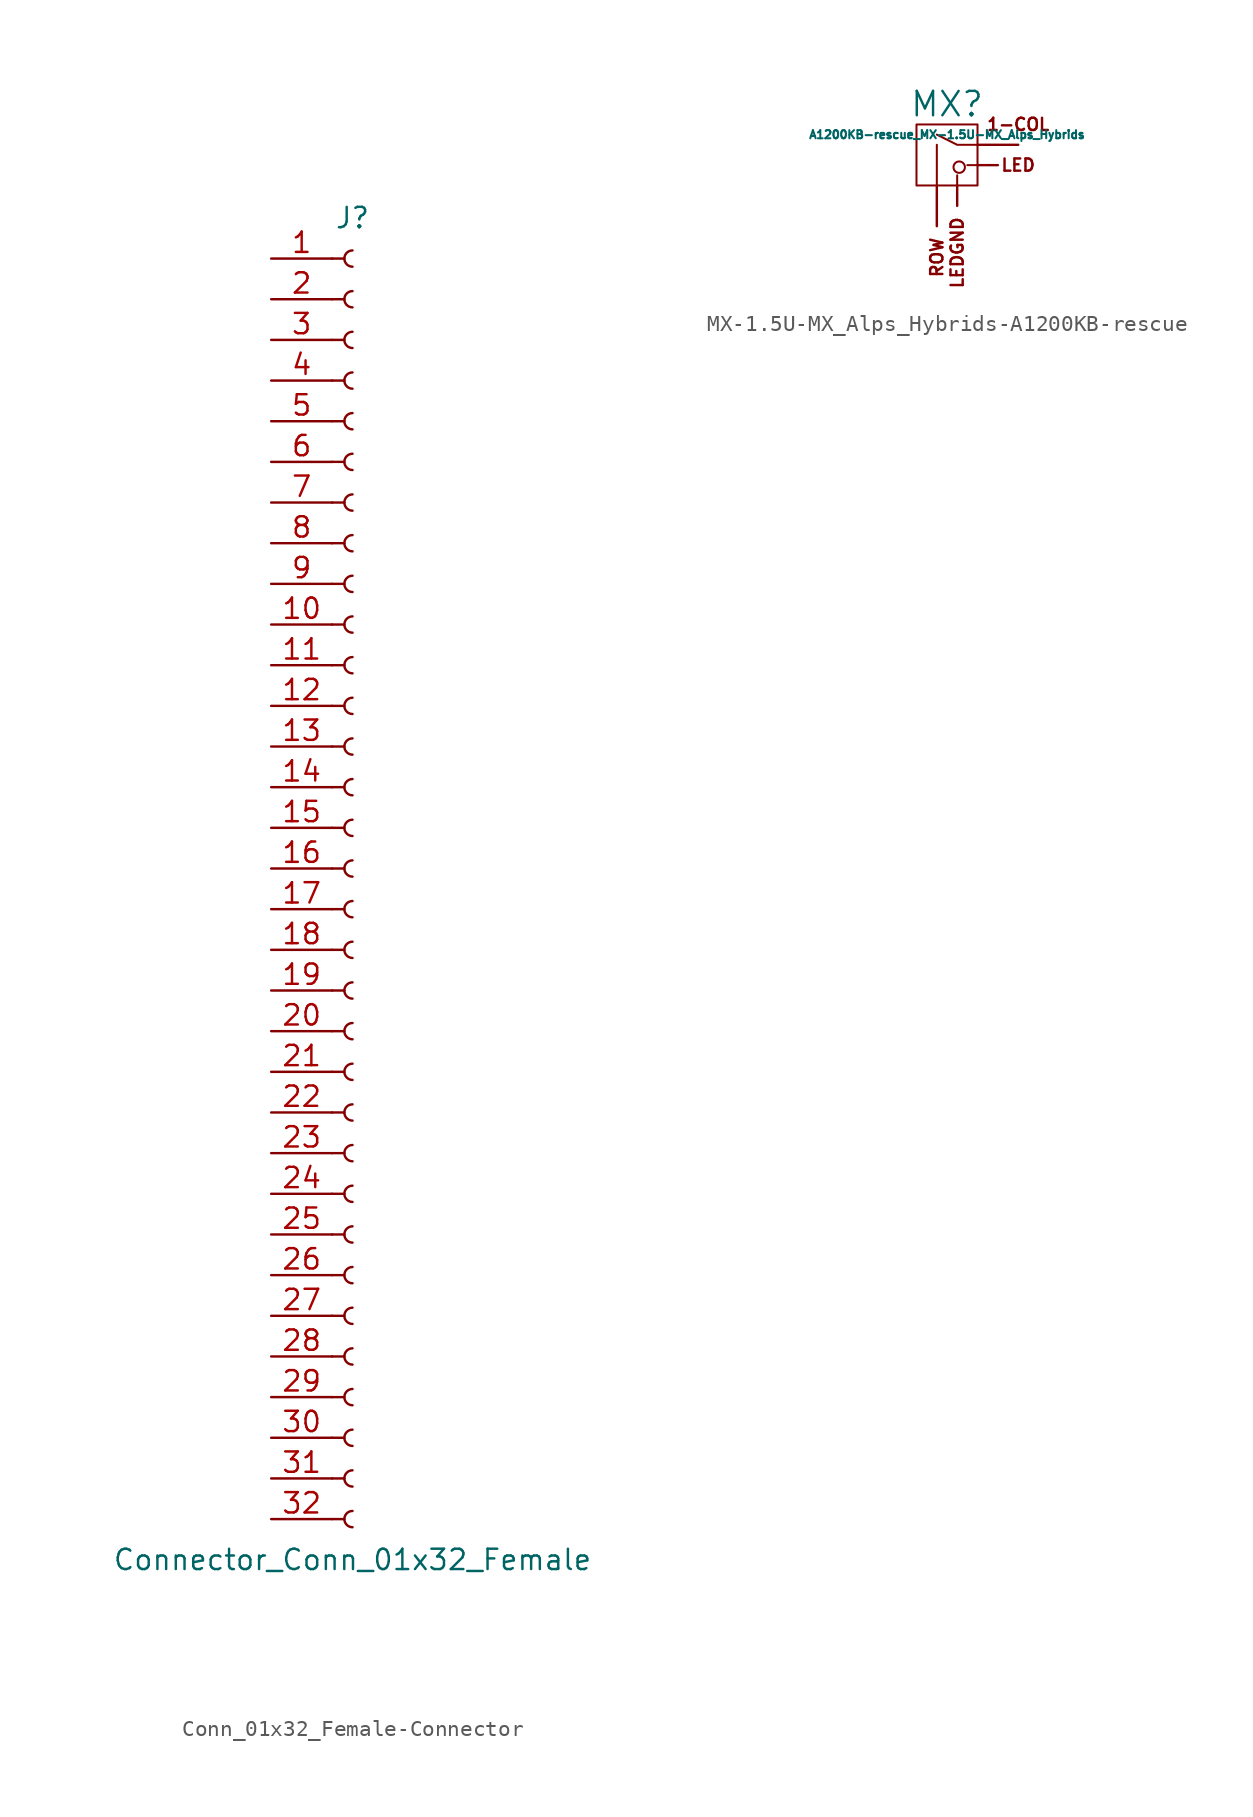
<source format=kicad_sym>
(kicad_symbol_lib
  (version 20220914)
  (generator kicad_symbol_editor)
  (symbol "Conn_01x32_Female-Connector"
    (pin_names
      (offset 1.016) hide)
    (property "Reference" "J"
      (at 0 40.64 0)
      (effects (font (size 1.27 1.27))))
    (property "Value" "Connector_Conn_01x32_Female"
      (at 0 -43.18 0)
      (effects (font (size 1.27 1.27))))
    (symbol "Conn_01x32_Female-Connector_1_1"
      (arc (start 0 -40.132) (mid -0.5058 -40.64) (end 0 -41.148) (stroke (width 0.1524) (type solid)) (fill (type none)))
      (arc (start 0 -37.592) (mid -0.5058 -38.1) (end 0 -38.608) (stroke (width 0.1524) (type solid)) (fill (type none)))
      (arc (start 0 -35.052) (mid -0.5058 -35.56) (end 0 -36.068) (stroke (width 0.1524) (type solid)) (fill (type none)))
      (arc (start 0 -32.512) (mid -0.5058 -33.02) (end 0 -33.528) (stroke (width 0.1524) (type solid)) (fill (type none)))
      (arc (start 0 -29.972) (mid -0.5058 -30.48) (end 0 -30.988) (stroke (width 0.1524) (type solid)) (fill (type none)))
      (arc (start 0 -27.432) (mid -0.5058 -27.94) (end 0 -28.448) (stroke (width 0.1524) (type solid)) (fill (type none)))
      (arc (start 0 -24.892) (mid -0.5058 -25.4) (end 0 -25.908) (stroke (width 0.1524) (type solid)) (fill (type none)))
      (arc (start 0 -22.352) (mid -0.5058 -22.86) (end 0 -23.368) (stroke (width 0.1524) (type solid)) (fill (type none)))
      (arc (start 0 -19.812) (mid -0.5058 -20.32) (end 0 -20.828) (stroke (width 0.1524) (type solid)) (fill (type none)))
      (arc (start 0 -17.272) (mid -0.5058 -17.78) (end 0 -18.288) (stroke (width 0.1524) (type solid)) (fill (type none)))
      (arc (start 0 -14.732) (mid -0.5058 -15.24) (end 0 -15.748) (stroke (width 0.1524) (type solid)) (fill (type none)))
      (arc (start 0 -12.192) (mid -0.5058 -12.7) (end 0 -13.208) (stroke (width 0.1524) (type solid)) (fill (type none)))
      (arc (start 0 -9.652) (mid -0.5058 -10.16) (end 0 -10.668) (stroke (width 0.1524) (type solid)) (fill (type none)))
      (arc (start 0 -7.112) (mid -0.5058 -7.62) (end 0 -8.128) (stroke (width 0.1524) (type solid)) (fill (type none)))
      (arc (start 0 -4.572) (mid -0.5058 -5.08) (end 0 -5.588) (stroke (width 0.1524) (type solid)) (fill (type none)))
      (arc (start 0 -2.032) (mid -0.5058 -2.54) (end 0 -3.048) (stroke (width 0.1524) (type solid)) (fill (type none)))
      (polyline (pts (xy -1.27 -40.64) (xy -0.508 -40.64)) (stroke (width 0.152) (type solid)) (fill (type none)))
      (polyline (pts (xy -1.27 -38.1) (xy -0.508 -38.1)) (stroke (width 0.152) (type solid)) (fill (type none)))
      (polyline (pts (xy -1.27 -35.56) (xy -0.508 -35.56)) (stroke (width 0.152) (type solid)) (fill (type none)))
      (polyline (pts (xy -1.27 -33.02) (xy -0.508 -33.02)) (stroke (width 0.152) (type solid)) (fill (type none)))
      (polyline (pts (xy -1.27 -30.48) (xy -0.508 -30.48)) (stroke (width 0.152) (type solid)) (fill (type none)))
      (polyline (pts (xy -1.27 -27.94) (xy -0.508 -27.94)) (stroke (width 0.152) (type solid)) (fill (type none)))
      (polyline (pts (xy -1.27 -25.4) (xy -0.508 -25.4)) (stroke (width 0.152) (type solid)) (fill (type none)))
      (polyline (pts (xy -1.27 -22.86) (xy -0.508 -22.86)) (stroke (width 0.152) (type solid)) (fill (type none)))
      (polyline (pts (xy -1.27 -20.32) (xy -0.508 -20.32)) (stroke (width 0.152) (type solid)) (fill (type none)))
      (polyline (pts (xy -1.27 -17.78) (xy -0.508 -17.78)) (stroke (width 0.152) (type solid)) (fill (type none)))
      (polyline (pts (xy -1.27 -15.24) (xy -0.508 -15.24)) (stroke (width 0.152) (type solid)) (fill (type none)))
      (polyline (pts (xy -1.27 -12.7) (xy -0.508 -12.7)) (stroke (width 0.152) (type solid)) (fill (type none)))
      (polyline (pts (xy -1.27 -10.16) (xy -0.508 -10.16)) (stroke (width 0.152) (type solid)) (fill (type none)))
      (polyline (pts (xy -1.27 -7.62) (xy -0.508 -7.62)) (stroke (width 0.152) (type solid)) (fill (type none)))
      (polyline (pts (xy -1.27 -5.08) (xy -0.508 -5.08)) (stroke (width 0.152) (type solid)) (fill (type none)))
      (polyline (pts (xy -1.27 -2.54) (xy -0.508 -2.54)) (stroke (width 0.152) (type solid)) (fill (type none)))
      (polyline (pts (xy -1.27 0) (xy -0.508 0)) (stroke (width 0.152) (type solid)) (fill (type none)))
      (polyline (pts (xy -1.27 2.54) (xy -0.508 2.54)) (stroke (width 0.152) (type solid)) (fill (type none)))
      (polyline (pts (xy -1.27 5.08) (xy -0.508 5.08)) (stroke (width 0.152) (type solid)) (fill (type none)))
      (polyline (pts (xy -1.27 7.62) (xy -0.508 7.62)) (stroke (width 0.152) (type solid)) (fill (type none)))
      (polyline (pts (xy -1.27 10.16) (xy -0.508 10.16)) (stroke (width 0.152) (type solid)) (fill (type none)))
      (polyline (pts (xy -1.27 12.7) (xy -0.508 12.7)) (stroke (width 0.152) (type solid)) (fill (type none)))
      (polyline (pts (xy -1.27 15.24) (xy -0.508 15.24)) (stroke (width 0.152) (type solid)) (fill (type none)))
      (polyline (pts (xy -1.27 17.78) (xy -0.508 17.78)) (stroke (width 0.152) (type solid)) (fill (type none)))
      (polyline (pts (xy -1.27 20.32) (xy -0.508 20.32)) (stroke (width 0.152) (type solid)) (fill (type none)))
      (polyline (pts (xy -1.27 22.86) (xy -0.508 22.86)) (stroke (width 0.152) (type solid)) (fill (type none)))
      (polyline (pts (xy -1.27 25.4) (xy -0.508 25.4)) (stroke (width 0.152) (type solid)) (fill (type none)))
      (polyline (pts (xy -1.27 27.94) (xy -0.508 27.94)) (stroke (width 0.152) (type solid)) (fill (type none)))
      (polyline (pts (xy -1.27 30.48) (xy -0.508 30.48)) (stroke (width 0.152) (type solid)) (fill (type none)))
      (polyline (pts (xy -1.27 33.02) (xy -0.508 33.02)) (stroke (width 0.152) (type solid)) (fill (type none)))
      (polyline (pts (xy -1.27 35.56) (xy -0.508 35.56)) (stroke (width 0.152) (type solid)) (fill (type none)))
      (polyline (pts (xy -1.27 38.1) (xy -0.508 38.1)) (stroke (width 0.152) (type solid)) (fill (type none)))
      (arc (start 0 0.508) (mid -0.5058 0) (end 0 -0.508) (stroke (width 0.1524) (type solid)) (fill (type none)))
      (arc (start 0 3.048) (mid -0.5058 2.54) (end 0 2.032) (stroke (width 0.1524) (type solid)) (fill (type none)))
      (arc (start 0 5.588) (mid -0.5058 5.08) (end 0 4.572) (stroke (width 0.1524) (type solid)) (fill (type none)))
      (arc (start 0 8.128) (mid -0.5058 7.62) (end 0 7.112) (stroke (width 0.1524) (type solid)) (fill (type none)))
      (arc (start 0 10.668) (mid -0.5058 10.16) (end 0 9.652) (stroke (width 0.1524) (type solid)) (fill (type none)))
      (arc (start 0 13.208) (mid -0.5058 12.7) (end 0 12.192) (stroke (width 0.1524) (type solid)) (fill (type none)))
      (arc (start 0 15.748) (mid -0.5058 15.24) (end 0 14.732) (stroke (width 0.1524) (type solid)) (fill (type none)))
      (arc (start 0 18.288) (mid -0.5058 17.78) (end 0 17.272) (stroke (width 0.1524) (type solid)) (fill (type none)))
      (arc (start 0 20.828) (mid -0.5058 20.32) (end 0 19.812) (stroke (width 0.1524) (type solid)) (fill (type none)))
      (arc (start 0 23.368) (mid -0.5058 22.86) (end 0 22.352) (stroke (width 0.1524) (type solid)) (fill (type none)))
      (arc (start 0 25.908) (mid -0.5058 25.4) (end 0 24.892) (stroke (width 0.1524) (type solid)) (fill (type none)))
      (arc (start 0 28.448) (mid -0.5058 27.94) (end 0 27.432) (stroke (width 0.1524) (type solid)) (fill (type none)))
      (arc (start 0 30.988) (mid -0.5058 30.48) (end 0 29.972) (stroke (width 0.1524) (type solid)) (fill (type none)))
      (arc (start 0 33.528) (mid -0.5058 33.02) (end 0 32.512) (stroke (width 0.1524) (type solid)) (fill (type none)))
      (arc (start 0 36.068) (mid -0.5058 35.56) (end 0 35.052) (stroke (width 0.1524) (type solid)) (fill (type none)))
      (arc (start 0 38.608) (mid -0.5058 38.1) (end 0 37.592) (stroke (width 0.1524) (type solid)) (fill (type none)))
      (pin passive line (at -5.08 38.1 0) (length 3.81) (name "Pin_1" (effects (font (size 1.27 1.27)))) (number "1" (effects (font (size 1.27 1.27)))))
      (pin passive line (at -5.08 15.24 0) (length 3.81) (name "Pin_10" (effects (font (size 1.27 1.27)))) (number "10" (effects (font (size 1.27 1.27)))))
      (pin passive line (at -5.08 12.7 0) (length 3.81) (name "Pin_11" (effects (font (size 1.27 1.27)))) (number "11" (effects (font (size 1.27 1.27)))))
      (pin passive line (at -5.08 10.16 0) (length 3.81) (name "Pin_12" (effects (font (size 1.27 1.27)))) (number "12" (effects (font (size 1.27 1.27)))))
      (pin passive line (at -5.08 7.62 0) (length 3.81) (name "Pin_13" (effects (font (size 1.27 1.27)))) (number "13" (effects (font (size 1.27 1.27)))))
      (pin passive line (at -5.08 5.08 0) (length 3.81) (name "Pin_14" (effects (font (size 1.27 1.27)))) (number "14" (effects (font (size 1.27 1.27)))))
      (pin passive line (at -5.08 2.54 0) (length 3.81) (name "Pin_15" (effects (font (size 1.27 1.27)))) (number "15" (effects (font (size 1.27 1.27)))))
      (pin passive line (at -5.08 0 0) (length 3.81) (name "Pin_16" (effects (font (size 1.27 1.27)))) (number "16" (effects (font (size 1.27 1.27)))))
      (pin passive line (at -5.08 -2.54 0) (length 3.81) (name "Pin_17" (effects (font (size 1.27 1.27)))) (number "17" (effects (font (size 1.27 1.27)))))
      (pin passive line (at -5.08 -5.08 0) (length 3.81) (name "Pin_18" (effects (font (size 1.27 1.27)))) (number "18" (effects (font (size 1.27 1.27)))))
      (pin passive line (at -5.08 -7.62 0) (length 3.81) (name "Pin_19" (effects (font (size 1.27 1.27)))) (number "19" (effects (font (size 1.27 1.27)))))
      (pin passive line (at -5.08 35.56 0) (length 3.81) (name "Pin_2" (effects (font (size 1.27 1.27)))) (number "2" (effects (font (size 1.27 1.27)))))
      (pin passive line (at -5.08 -10.16 0) (length 3.81) (name "Pin_20" (effects (font (size 1.27 1.27)))) (number "20" (effects (font (size 1.27 1.27)))))
      (pin passive line (at -5.08 -12.7 0) (length 3.81) (name "Pin_21" (effects (font (size 1.27 1.27)))) (number "21" (effects (font (size 1.27 1.27)))))
      (pin passive line (at -5.08 -15.24 0) (length 3.81) (name "Pin_22" (effects (font (size 1.27 1.27)))) (number "22" (effects (font (size 1.27 1.27)))))
      (pin passive line (at -5.08 -17.78 0) (length 3.81) (name "Pin_23" (effects (font (size 1.27 1.27)))) (number "23" (effects (font (size 1.27 1.27)))))
      (pin passive line (at -5.08 -20.32 0) (length 3.81) (name "Pin_24" (effects (font (size 1.27 1.27)))) (number "24" (effects (font (size 1.27 1.27)))))
      (pin passive line (at -5.08 -22.86 0) (length 3.81) (name "Pin_25" (effects (font (size 1.27 1.27)))) (number "25" (effects (font (size 1.27 1.27)))))
      (pin passive line (at -5.08 -25.4 0) (length 3.81) (name "Pin_26" (effects (font (size 1.27 1.27)))) (number "26" (effects (font (size 1.27 1.27)))))
      (pin passive line (at -5.08 -27.94 0) (length 3.81) (name "Pin_27" (effects (font (size 1.27 1.27)))) (number "27" (effects (font (size 1.27 1.27)))))
      (pin passive line (at -5.08 -30.48 0) (length 3.81) (name "Pin_28" (effects (font (size 1.27 1.27)))) (number "28" (effects (font (size 1.27 1.27)))))
      (pin passive line (at -5.08 -33.02 0) (length 3.81) (name "Pin_29" (effects (font (size 1.27 1.27)))) (number "29" (effects (font (size 1.27 1.27)))))
      (pin passive line (at -5.08 33.02 0) (length 3.81) (name "Pin_3" (effects (font (size 1.27 1.27)))) (number "3" (effects (font (size 1.27 1.27)))))
      (pin passive line (at -5.08 -35.56 0) (length 3.81) (name "Pin_30" (effects (font (size 1.27 1.27)))) (number "30" (effects (font (size 1.27 1.27)))))
      (pin passive line (at -5.08 -38.1 0) (length 3.81) (name "Pin_31" (effects (font (size 1.27 1.27)))) (number "31" (effects (font (size 1.27 1.27)))))
      (pin passive line (at -5.08 -40.64 0) (length 3.81) (name "Pin_32" (effects (font (size 1.27 1.27)))) (number "32" (effects (font (size 1.27 1.27)))))
      (pin passive line (at -5.08 30.48 0) (length 3.81) (name "Pin_4" (effects (font (size 1.27 1.27)))) (number "4" (effects (font (size 1.27 1.27)))))
      (pin passive line (at -5.08 27.94 0) (length 3.81) (name "Pin_5" (effects (font (size 1.27 1.27)))) (number "5" (effects (font (size 1.27 1.27)))))
      (pin passive line (at -5.08 25.4 0) (length 3.81) (name "Pin_6" (effects (font (size 1.27 1.27)))) (number "6" (effects (font (size 1.27 1.27)))))
      (pin passive line (at -5.08 22.86 0) (length 3.81) (name "Pin_7" (effects (font (size 1.27 1.27)))) (number "7" (effects (font (size 1.27 1.27)))))
      (pin passive line (at -5.08 20.32 0) (length 3.81) (name "Pin_8" (effects (font (size 1.27 1.27)))) (number "8" (effects (font (size 1.27 1.27)))))
      (pin passive line (at -5.08 17.78 0) (length 3.81) (name "Pin_9" (effects (font (size 1.27 1.27)))) (number "9" (effects (font (size 1.27 1.27)))))))
  (symbol "MX-1.5U-MX_Alps_Hybrids-A1200KB-rescue"
    (pin_names
      (offset 1.016))
    (property "Reference" "MX"
      (at 0 3.175 0)
      (effects (font (size 1.524 1.524))))
    (property "Value" "A1200KB-rescue_MX-1.5U-MX_Alps_Hybrids"
      (at 0 1.27 0)
      (effects (font (size 0.508 0.508))))
    (symbol "MX-1.5U-MX_Alps_Hybrids-A1200KB-rescue_0_0"
      (polyline (pts (xy -0.635 -1.905) (xy -0.635 0.635)) (stroke (width 0.127) (type solid)) (fill (type none)))
      (polyline (pts (xy 0.635 -1.905) (xy 0.635 -1.27)) (stroke (width 0.127) (type solid)) (fill (type none)))
      (polyline (pts (xy 1.905 -0.635) (xy 1.27 -0.635)) (stroke (width 0.127) (type solid)) (fill (type none)))
      (polyline (pts (xy 1.905 0.635) (xy 0.635 0.635) (xy -0.635 1.27)) (stroke (width 0.127) (type solid)) (fill (type none)))
      (circle (center 0.762 -0.762) (radius 0.356) (stroke (width 0.127) (type solid)) (fill (type none)))
      (rectangle (start 1.905 -1.905) (end -1.905 1.905) (stroke (width 0.127) (type solid)) (fill (type none)))
      (text "1-COL" (at 4.445 1.905 0) (effects (font (size 0.762 0.762))))
      (text "LED" (at 4.445 -0.635 0) (effects (font (size 0.762 0.762))))
      (text "ROW" (at -0.635 -5.08 900) (effects (font (size 0.762 0.762)) (justify right))))
    (symbol "MX-1.5U-MX_Alps_Hybrids-A1200KB-rescue_1_0"
      (text "LEDGND" (at 0.635 -3.81 900) (effects (font (size 0.762 0.762)) (justify right))))
    (symbol "MX-1.5U-MX_Alps_Hybrids-A1200KB-rescue_1_1"
      (pin passive line (at 4.445 0.635 180) (length 2.54) (name "COL" (effects (font (size 0 0)))) (number "1" (effects (font (size 0 0)))))
      (pin passive line (at -0.635 -4.445 90) (length 2.54) (name "ROW" (effects (font (size 0 0)))) (number "2" (effects (font (size 0 0)))))
      (pin passive line (at 3.175 -0.635 180) (length 1.27) (name "LED" (effects (font (size 0 0)))) (number "3" (effects (font (size 0 0)))))
      (pin passive line (at 0.635 -3.175 90) (length 1.27) (name "LEDGND" (effects (font (size 0 0)))) (number "4" (effects (font (size 0 0))))))))
</source>
